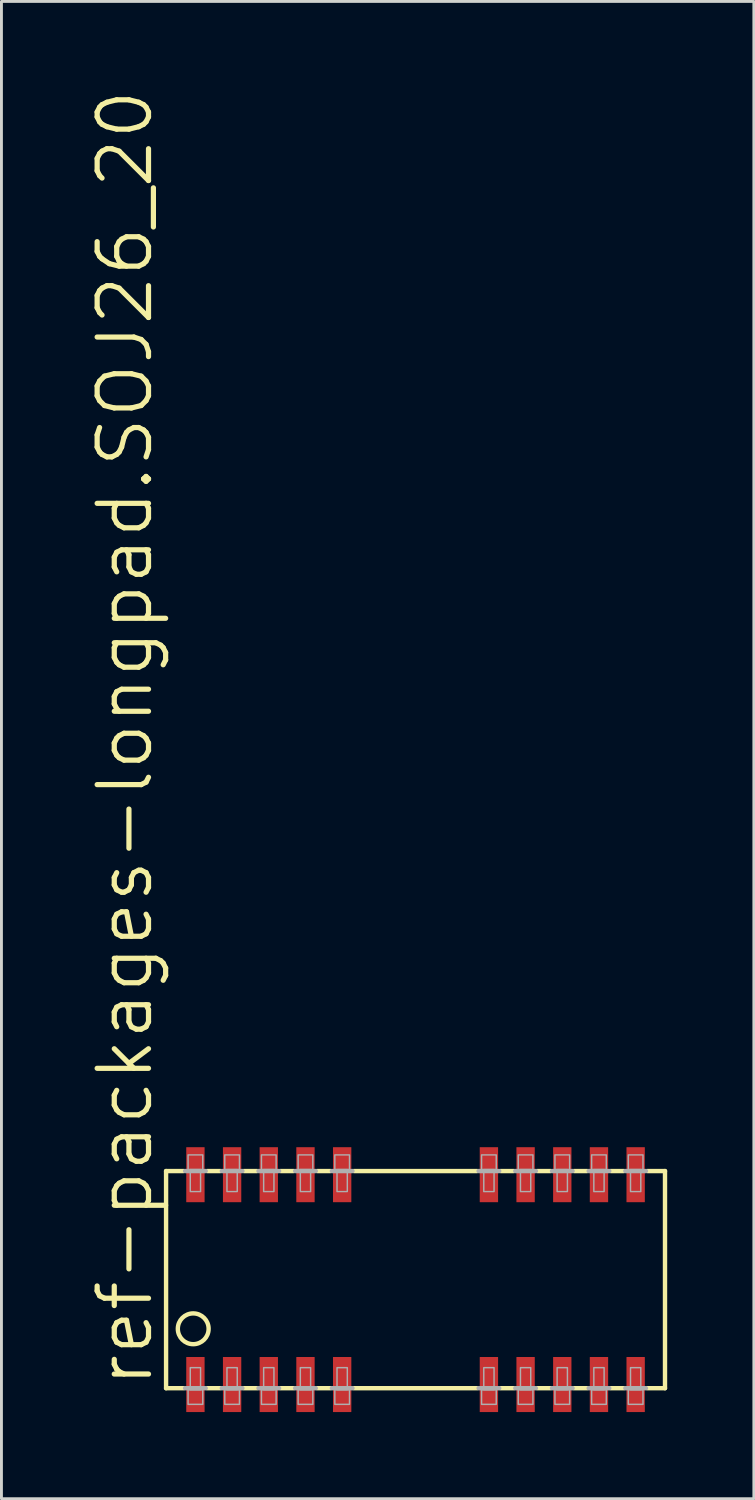
<source format=kicad_pcb>
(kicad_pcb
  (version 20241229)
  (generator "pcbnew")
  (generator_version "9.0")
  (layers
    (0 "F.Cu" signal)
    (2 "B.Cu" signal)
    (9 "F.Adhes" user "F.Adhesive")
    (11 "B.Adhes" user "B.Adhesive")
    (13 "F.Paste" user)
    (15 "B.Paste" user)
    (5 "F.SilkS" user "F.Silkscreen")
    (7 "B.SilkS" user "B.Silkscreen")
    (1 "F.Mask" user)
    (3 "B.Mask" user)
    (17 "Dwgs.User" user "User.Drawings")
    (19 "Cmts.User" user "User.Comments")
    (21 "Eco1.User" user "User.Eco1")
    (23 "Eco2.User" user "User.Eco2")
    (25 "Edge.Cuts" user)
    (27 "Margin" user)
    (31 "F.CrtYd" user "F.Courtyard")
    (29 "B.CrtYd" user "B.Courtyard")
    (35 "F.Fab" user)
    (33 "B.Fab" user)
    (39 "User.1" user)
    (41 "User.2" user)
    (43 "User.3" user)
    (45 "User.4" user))
  (footprint "ref-packages-longpad.SOJ26_20"
    (layer "F.Cu")
    (at 11.335 41.248)
    (property "Reference" "ref-packages-longpad.SOJ26_20" (at -9.017 3.81 90) (layer "F.SilkS") (effects (font (size 1.778 1.778) (thickness 0.18)) (justify left bottom)))
    (attr smd)
    (fp_line (start -8.636 -3.759) (end -8.636 3.759) (stroke (width 0.152) (type default)) (layer "F.SilkS"))
    (fp_line (start -8.636 -3.759) (end -8.026 -3.759) (stroke (width 0.152) (type default)) (layer "F.SilkS"))
    (fp_line (start -8.636 3.759) (end -8.026 3.759) (stroke (width 0.152) (type default)) (layer "F.SilkS"))
    (fp_line (start -7.214 -3.759) (end -6.756 -3.759) (stroke (width 0.152) (type default)) (layer "F.SilkS"))
    (fp_line (start -6.756 3.759) (end -7.214 3.759) (stroke (width 0.152) (type default)) (layer "F.SilkS"))
    (fp_line (start -5.944 -3.759) (end -5.486 -3.759) (stroke (width 0.152) (type default)) (layer "F.SilkS"))
    (fp_line (start -5.486 3.759) (end -5.944 3.759) (stroke (width 0.152) (type default)) (layer "F.SilkS"))
    (fp_line (start -4.674 -3.759) (end -4.216 -3.759) (stroke (width 0.152) (type default)) (layer "F.SilkS"))
    (fp_line (start -4.216 3.759) (end -4.674 3.759) (stroke (width 0.152) (type default)) (layer "F.SilkS"))
    (fp_line (start -3.404 -3.759) (end -2.946 -3.759) (stroke (width 0.152) (type default)) (layer "F.SilkS"))
    (fp_line (start -2.946 3.759) (end -3.404 3.759) (stroke (width 0.152) (type default)) (layer "F.SilkS"))
    (fp_line (start -2.134 -3.759) (end 2.134 -3.759) (stroke (width 0.152) (type default)) (layer "F.SilkS"))
    (fp_line (start 2.134 3.759) (end -2.134 3.759) (stroke (width 0.152) (type default)) (layer "F.SilkS"))
    (fp_line (start 2.946 -3.759) (end 3.404 -3.759) (stroke (width 0.152) (type default)) (layer "F.SilkS"))
    (fp_line (start 3.404 3.759) (end 2.946 3.759) (stroke (width 0.152) (type default)) (layer "F.SilkS"))
    (fp_line (start 4.216 -3.759) (end 4.674 -3.759) (stroke (width 0.152) (type default)) (layer "F.SilkS"))
    (fp_line (start 4.674 3.759) (end 4.216 3.759) (stroke (width 0.152) (type default)) (layer "F.SilkS"))
    (fp_line (start 5.486 -3.759) (end 5.944 -3.759) (stroke (width 0.152) (type default)) (layer "F.SilkS"))
    (fp_line (start 5.944 3.759) (end 5.486 3.759) (stroke (width 0.152) (type default)) (layer "F.SilkS"))
    (fp_line (start 6.756 -3.759) (end 7.214 -3.759) (stroke (width 0.152) (type default)) (layer "F.SilkS"))
    (fp_line (start 7.214 3.759) (end 6.756 3.759) (stroke (width 0.152) (type default)) (layer "F.SilkS"))
    (fp_line (start 8.636 -3.759) (end 8.026 -3.759) (stroke (width 0.152) (type default)) (layer "F.SilkS"))
    (fp_line (start 8.636 3.759) (end 8.026 3.759) (stroke (width 0.152) (type default)) (layer "F.SilkS"))
    (fp_line (start 8.636 3.759) (end 8.636 -3.759) (stroke (width 0.152) (type default)) (layer "F.SilkS"))
    (fp_circle (center -7.696 1.702) (end -7.163 1.702) (stroke (width 0.152) (type default)) (fill no) (layer "F.SilkS"))
    (fp_line (start -7.976 -3.759) (end -7.264 -3.759) (stroke (width 0.152) (type default)) (layer "F.Fab"))
    (fp_line (start -7.976 3.759) (end -7.264 3.759) (stroke (width 0.152) (type default)) (layer "F.Fab"))
    (fp_line (start -6.706 -3.759) (end -5.994 -3.759) (stroke (width 0.152) (type default)) (layer "F.Fab"))
    (fp_line (start -5.994 3.759) (end -6.706 3.759) (stroke (width 0.152) (type default)) (layer "F.Fab"))
    (fp_line (start -5.436 -3.759) (end -4.724 -3.759) (stroke (width 0.152) (type default)) (layer "F.Fab"))
    (fp_line (start -4.724 3.759) (end -5.436 3.759) (stroke (width 0.152) (type default)) (layer "F.Fab"))
    (fp_line (start -4.166 -3.759) (end -3.454 -3.759) (stroke (width 0.152) (type default)) (layer "F.Fab"))
    (fp_line (start -3.454 3.759) (end -4.166 3.759) (stroke (width 0.152) (type default)) (layer "F.Fab"))
    (fp_line (start -2.896 -3.759) (end -2.184 -3.759) (stroke (width 0.152) (type default)) (layer "F.Fab"))
    (fp_line (start -2.184 3.759) (end -2.896 3.759) (stroke (width 0.152) (type default)) (layer "F.Fab"))
    (fp_line (start 2.184 -3.759) (end 2.896 -3.759) (stroke (width 0.152) (type default)) (layer "F.Fab"))
    (fp_line (start 2.896 3.759) (end 2.184 3.759) (stroke (width 0.152) (type default)) (layer "F.Fab"))
    (fp_line (start 3.454 -3.759) (end 4.166 -3.759) (stroke (width 0.152) (type default)) (layer "F.Fab"))
    (fp_line (start 4.166 3.759) (end 3.454 3.759) (stroke (width 0.152) (type default)) (layer "F.Fab"))
    (fp_line (start 4.724 -3.759) (end 5.436 -3.759) (stroke (width 0.152) (type default)) (layer "F.Fab"))
    (fp_line (start 5.436 3.759) (end 4.724 3.759) (stroke (width 0.152) (type default)) (layer "F.Fab"))
    (fp_line (start 5.994 -3.759) (end 6.706 -3.759) (stroke (width 0.152) (type default)) (layer "F.Fab"))
    (fp_line (start 6.706 3.759) (end 5.994 3.759) (stroke (width 0.152) (type default)) (layer "F.Fab"))
    (fp_line (start 7.976 -3.759) (end 7.264 -3.759) (stroke (width 0.152) (type default)) (layer "F.Fab"))
    (fp_line (start 7.976 3.759) (end 7.264 3.759) (stroke (width 0.152) (type default)) (layer "F.Fab"))
    (fp_rect (start -7.874 -3.81) (end -7.366 -4.318) (stroke (width 0.05) (type default)) (fill no) (layer "F.Fab"))
    (fp_rect (start -7.874 4.318) (end -7.366 3.81) (stroke (width 0.05) (type default)) (fill no) (layer "F.Fab"))
    (fp_rect (start -7.798 -3.048) (end -7.442 -3.81) (stroke (width 0.05) (type default)) (fill no) (layer "F.Fab"))
    (fp_rect (start -7.798 3.81) (end -7.442 3.048) (stroke (width 0.05) (type default)) (fill no) (layer "F.Fab"))
    (fp_rect (start -6.604 -3.81) (end -6.096 -4.318) (stroke (width 0.05) (type default)) (fill no) (layer "F.Fab"))
    (fp_rect (start -6.604 4.318) (end -6.096 3.81) (stroke (width 0.05) (type default)) (fill no) (layer "F.Fab"))
    (fp_rect (start -6.528 -3.048) (end -6.172 -3.81) (stroke (width 0.05) (type default)) (fill no) (layer "F.Fab"))
    (fp_rect (start -6.528 3.81) (end -6.172 3.048) (stroke (width 0.05) (type default)) (fill no) (layer "F.Fab"))
    (fp_rect (start -5.334 -3.81) (end -4.826 -4.318) (stroke (width 0.05) (type default)) (fill no) (layer "F.Fab"))
    (fp_rect (start -5.334 4.318) (end -4.826 3.81) (stroke (width 0.05) (type default)) (fill no) (layer "F.Fab"))
    (fp_rect (start -5.258 -3.048) (end -4.902 -3.81) (stroke (width 0.05) (type default)) (fill no) (layer "F.Fab"))
    (fp_rect (start -5.258 3.81) (end -4.902 3.048) (stroke (width 0.05) (type default)) (fill no) (layer "F.Fab"))
    (fp_rect (start -4.064 -3.81) (end -3.556 -4.318) (stroke (width 0.05) (type default)) (fill no) (layer "F.Fab"))
    (fp_rect (start -4.064 4.318) (end -3.556 3.81) (stroke (width 0.05) (type default)) (fill no) (layer "F.Fab"))
    (fp_rect (start -3.988 -3.048) (end -3.632 -3.81) (stroke (width 0.05) (type default)) (fill no) (layer "F.Fab"))
    (fp_rect (start -3.988 3.81) (end -3.632 3.048) (stroke (width 0.05) (type default)) (fill no) (layer "F.Fab"))
    (fp_rect (start -2.794 -3.81) (end -2.286 -4.318) (stroke (width 0.05) (type default)) (fill no) (layer "F.Fab"))
    (fp_rect (start -2.794 4.318) (end -2.286 3.81) (stroke (width 0.05) (type default)) (fill no) (layer "F.Fab"))
    (fp_rect (start -2.718 -3.048) (end -2.362 -3.81) (stroke (width 0.05) (type default)) (fill no) (layer "F.Fab"))
    (fp_rect (start -2.718 3.81) (end -2.362 3.048) (stroke (width 0.05) (type default)) (fill no) (layer "F.Fab"))
    (fp_rect (start 2.286 -3.81) (end 2.794 -4.318) (stroke (width 0.05) (type default)) (fill no) (layer "F.Fab"))
    (fp_rect (start 2.286 4.318) (end 2.794 3.81) (stroke (width 0.05) (type default)) (fill no) (layer "F.Fab"))
    (fp_rect (start 2.362 -3.048) (end 2.718 -3.81) (stroke (width 0.05) (type default)) (fill no) (layer "F.Fab"))
    (fp_rect (start 2.362 3.81) (end 2.718 3.048) (stroke (width 0.05) (type default)) (fill no) (layer "F.Fab"))
    (fp_rect (start 3.556 -3.81) (end 4.064 -4.318) (stroke (width 0.05) (type default)) (fill no) (layer "F.Fab"))
    (fp_rect (start 3.556 4.318) (end 4.064 3.81) (stroke (width 0.05) (type default)) (fill no) (layer "F.Fab"))
    (fp_rect (start 3.632 -3.048) (end 3.988 -3.81) (stroke (width 0.05) (type default)) (fill no) (layer "F.Fab"))
    (fp_rect (start 3.632 3.81) (end 3.988 3.048) (stroke (width 0.05) (type default)) (fill no) (layer "F.Fab"))
    (fp_rect (start 4.826 -3.81) (end 5.334 -4.318) (stroke (width 0.05) (type default)) (fill no) (layer "F.Fab"))
    (fp_rect (start 4.826 4.318) (end 5.334 3.81) (stroke (width 0.05) (type default)) (fill no) (layer "F.Fab"))
    (fp_rect (start 4.902 -3.048) (end 5.258 -3.81) (stroke (width 0.05) (type default)) (fill no) (layer "F.Fab"))
    (fp_rect (start 4.902 3.81) (end 5.258 3.048) (stroke (width 0.05) (type default)) (fill no) (layer "F.Fab"))
    (fp_rect (start 6.096 -3.81) (end 6.604 -4.318) (stroke (width 0.05) (type default)) (fill no) (layer "F.Fab"))
    (fp_rect (start 6.096 4.318) (end 6.604 3.81) (stroke (width 0.05) (type default)) (fill no) (layer "F.Fab"))
    (fp_rect (start 6.172 -3.048) (end 6.528 -3.81) (stroke (width 0.05) (type default)) (fill no) (layer "F.Fab"))
    (fp_rect (start 6.172 3.81) (end 6.528 3.048) (stroke (width 0.05) (type default)) (fill no) (layer "F.Fab"))
    (fp_rect (start 7.366 -3.81) (end 7.874 -4.318) (stroke (width 0.05) (type default)) (fill no) (layer "F.Fab"))
    (fp_rect (start 7.366 4.318) (end 7.874 3.81) (stroke (width 0.05) (type default)) (fill no) (layer "F.Fab"))
    (fp_rect (start 7.442 -3.048) (end 7.798 -3.81) (stroke (width 0.05) (type default)) (fill no) (layer "F.Fab"))
    (fp_rect (start 7.442 3.81) (end 7.798 3.048) (stroke (width 0.05) (type default)) (fill no) (layer "F.Fab"))
    (pad "1" smd roundrect (at -7.62 3.632) (size 0.635 1.905) (layers "F.Cu" "F.Mask" "F.Paste") (roundrect_rratio 0.01))
    (pad "2" smd roundrect (at -6.35 3.632) (size 0.635 1.905) (layers "F.Cu" "F.Mask" "F.Paste") (roundrect_rratio 0.01))
    (pad "3" smd roundrect (at -5.08 3.632) (size 0.635 1.905) (layers "F.Cu" "F.Mask" "F.Paste") (roundrect_rratio 0.01))
    (pad "4" smd roundrect (at -3.81 3.632) (size 0.635 1.905) (layers "F.Cu" "F.Mask" "F.Paste") (roundrect_rratio 0.01))
    (pad "5" smd roundrect (at -2.54 3.632) (size 0.635 1.905) (layers "F.Cu" "F.Mask" "F.Paste") (roundrect_rratio 0.01))
    (pad "9" smd roundrect (at 2.54 3.632) (size 0.635 1.905) (layers "F.Cu" "F.Mask" "F.Paste") (roundrect_rratio 0.01))
    (pad "10" smd roundrect (at 3.81 3.632) (size 0.635 1.905) (layers "F.Cu" "F.Mask" "F.Paste") (roundrect_rratio 0.01))
    (pad "11" smd roundrect (at 5.08 3.632) (size 0.635 1.905) (layers "F.Cu" "F.Mask" "F.Paste") (roundrect_rratio 0.01))
    (pad "12" smd roundrect (at 6.35 3.632) (size 0.635 1.905) (layers "F.Cu" "F.Mask" "F.Paste") (roundrect_rratio 0.01))
    (pad "13" smd roundrect (at 7.62 3.632) (size 0.635 1.905) (layers "F.Cu" "F.Mask" "F.Paste") (roundrect_rratio 0.01))
    (pad "14" smd roundrect (at 7.62 -3.632) (size 0.635 1.905) (layers "F.Cu" "F.Mask" "F.Paste") (roundrect_rratio 0.01))
    (pad "15" smd roundrect (at 6.35 -3.632) (size 0.635 1.905) (layers "F.Cu" "F.Mask" "F.Paste") (roundrect_rratio 0.01))
    (pad "16" smd roundrect (at 5.08 -3.632) (size 0.635 1.905) (layers "F.Cu" "F.Mask" "F.Paste") (roundrect_rratio 0.01))
    (pad "17" smd roundrect (at 3.81 -3.632) (size 0.635 1.905) (layers "F.Cu" "F.Mask" "F.Paste") (roundrect_rratio 0.01))
    (pad "18" smd roundrect (at 2.54 -3.632) (size 0.635 1.905) (layers "F.Cu" "F.Mask" "F.Paste") (roundrect_rratio 0.01))
    (pad "22" smd roundrect (at -2.54 -3.632) (size 0.635 1.905) (layers "F.Cu" "F.Mask" "F.Paste") (roundrect_rratio 0.01))
    (pad "23" smd roundrect (at -3.81 -3.632) (size 0.635 1.905) (layers "F.Cu" "F.Mask" "F.Paste") (roundrect_rratio 0.01))
    (pad "24" smd roundrect (at -5.08 -3.632) (size 0.635 1.905) (layers "F.Cu" "F.Mask" "F.Paste") (roundrect_rratio 0.01))
    (pad "25" smd roundrect (at -6.35 -3.632) (size 0.635 1.905) (layers "F.Cu" "F.Mask" "F.Paste") (roundrect_rratio 0.01))
    (pad "26" smd roundrect (at -7.62 -3.632) (size 0.635 1.905) (layers "F.Cu" "F.Mask" "F.Paste") (roundrect_rratio 0.01)))
  (gr_rect
    (start -3 -3)
    (end 23.047 48.832)
    (stroke (width 0.1) (type default))
    (fill no)
    (layer "Edge.Cuts")))
</source>
